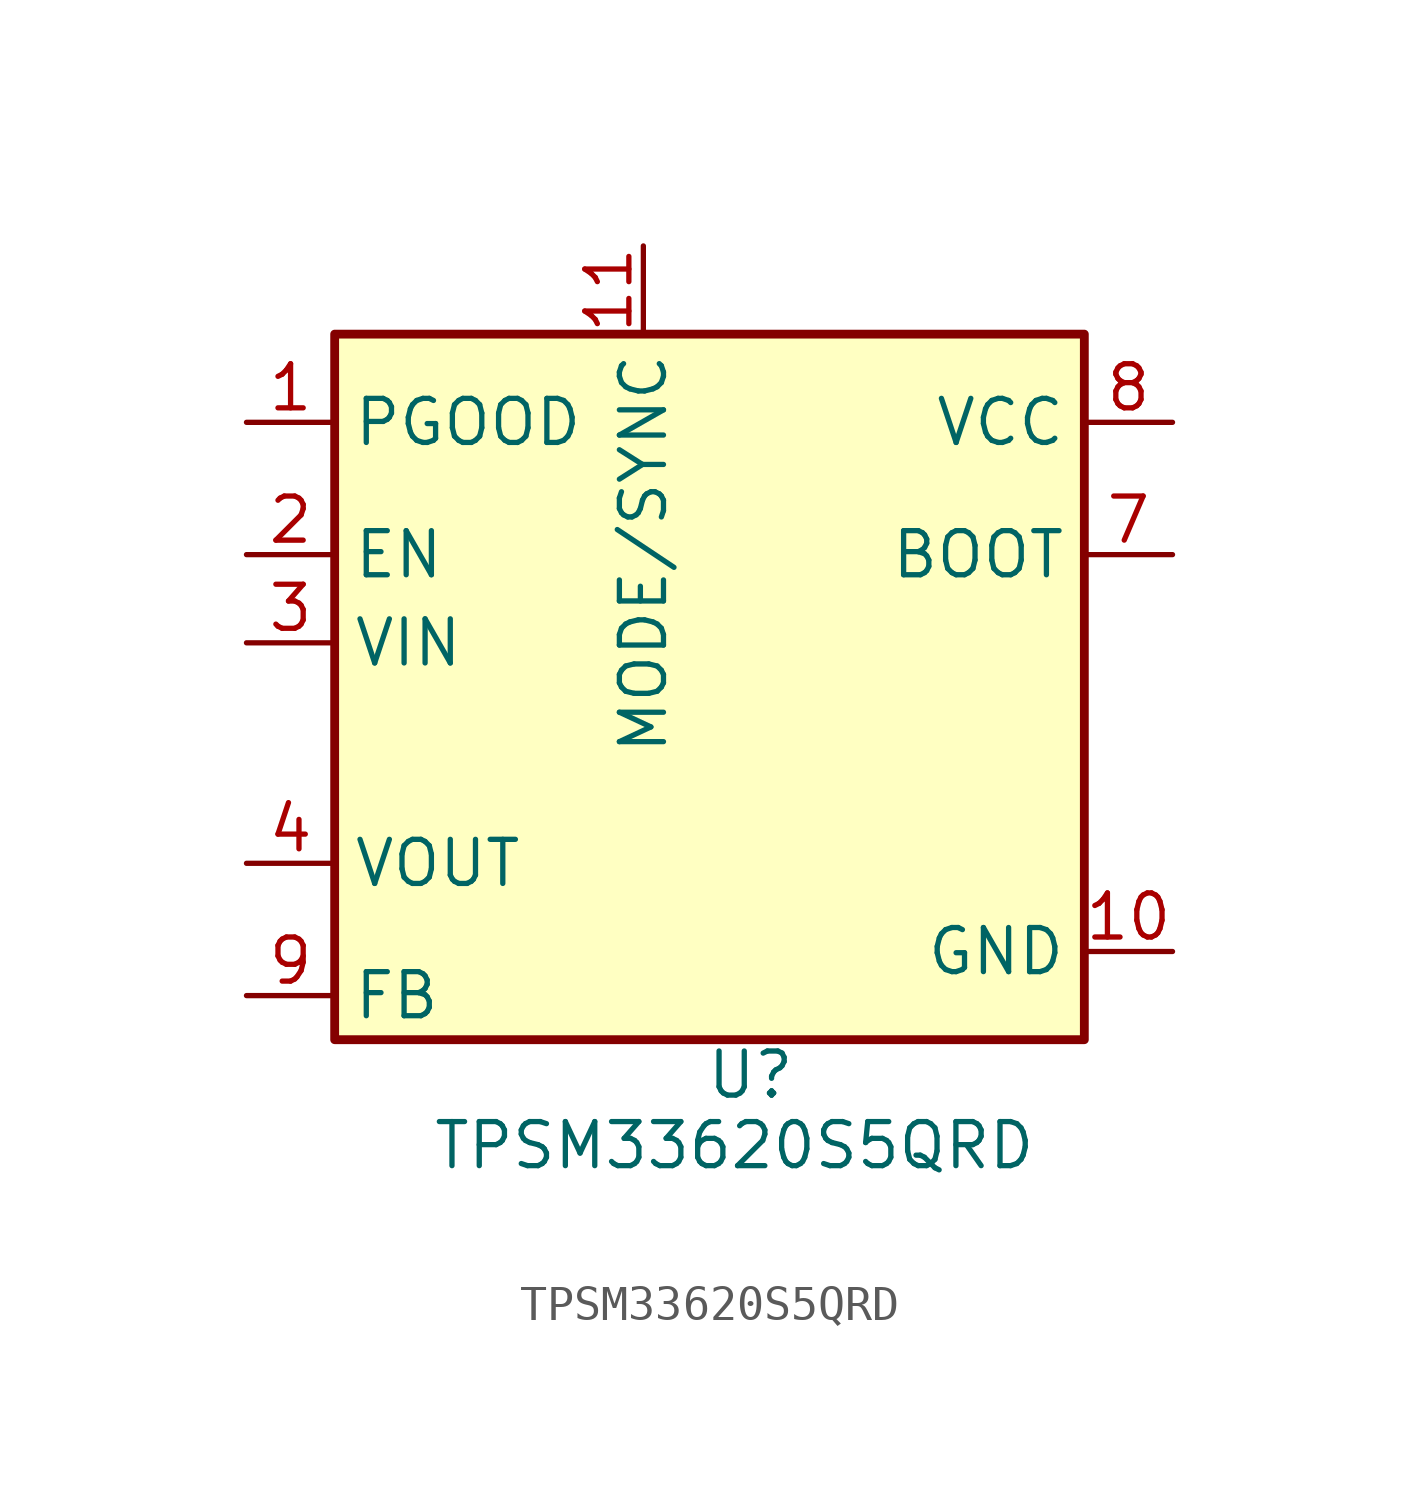
<source format=kicad_sym>
(kicad_symbol_lib
  (version 20241209)
  (generator "kicad_symbol_editor")
  (generator_version "9.0")
  (symbol "TPSM33620S5QRD"
    (property "Reference" "U"
      (at -0.762 -11.176 0)
      (effects (font (size 1.27 1.27)) (justify left)))
    (property "Value" "TPSM33620S5QRD"
      (at -8.636 -13.208 0)
      (effects (font (size 1.27 1.27)) (justify left)))
    (symbol "TPSM33620S5QRD_0_1"
      (rectangle (start -11.43 10.16) (end 10.16 -10.16) (stroke (width 0.254) (type default)) (fill (type background))))
    (symbol "TPSM33620S5QRD_1_1"
      (pin open_collector line (at -13.97 7.62 0) (length 2.54) (name "PGOOD" (effects (font (size 1.27 1.27)))) (number "1" (effects (font (size 1.27 1.27)))))
      (pin input line (at -13.97 3.81 0) (length 2.54) (name "EN" (effects (font (size 1.27 1.27)))) (number "2" (effects (font (size 1.27 1.27)))))
      (pin input line (at -13.97 1.27 0) (length 2.54) (name "VIN" (effects (font (size 1.27 1.27)))) (number "3" (effects (font (size 1.27 1.27)))))
      (pin output line (at -13.97 -5.08 0) (length 2.54) (name "VOUT" (effects (font (size 1.27 1.27)))) (number "4" (effects (font (size 1.27 1.27)))))
      (pin input line (at -13.97 -8.89 0) (length 2.54) (name "FB" (effects (font (size 1.27 1.27)))) (number "9" (effects (font (size 1.27 1.27)))))
      (pin bidirectional line (at -2.54 12.7 270) (length 2.54) (name "MODE/SYNC" (effects (font (size 1.27 1.27)))) (number "11" (effects (font (size 1.27 1.27)))))
      (pin output line (at 12.7 7.62 180) (length 2.54) (name "VCC" (effects (font (size 1.27 1.27)))) (number "8" (effects (font (size 1.27 1.27)))))
      (pin passive line (at 12.7 3.81 180) (length 2.54) (name "BOOT" (effects (font (size 1.27 1.27)))) (number "7" (effects (font (size 1.27 1.27)))))
      (pin passive line (at 12.7 1.27 180) (length 2.54) (hide yes) (name "SW" (effects (font (size 1.27 1.27)))) (number "6" (effects (font (size 1.27 1.27)))))
      (pin passive line (at 12.7 -1.27 180) (length 2.54) (hide yes) (name "SW" (effects (font (size 1.27 1.27)))) (number "5" (effects (font (size 1.27 1.27)))))
      (pin passive line (at 12.7 -7.62 180) (length 2.54) (name "GND" (effects (font (size 1.27 1.27)))) (number "10" (effects (font (size 1.27 1.27))))))))
</source>
